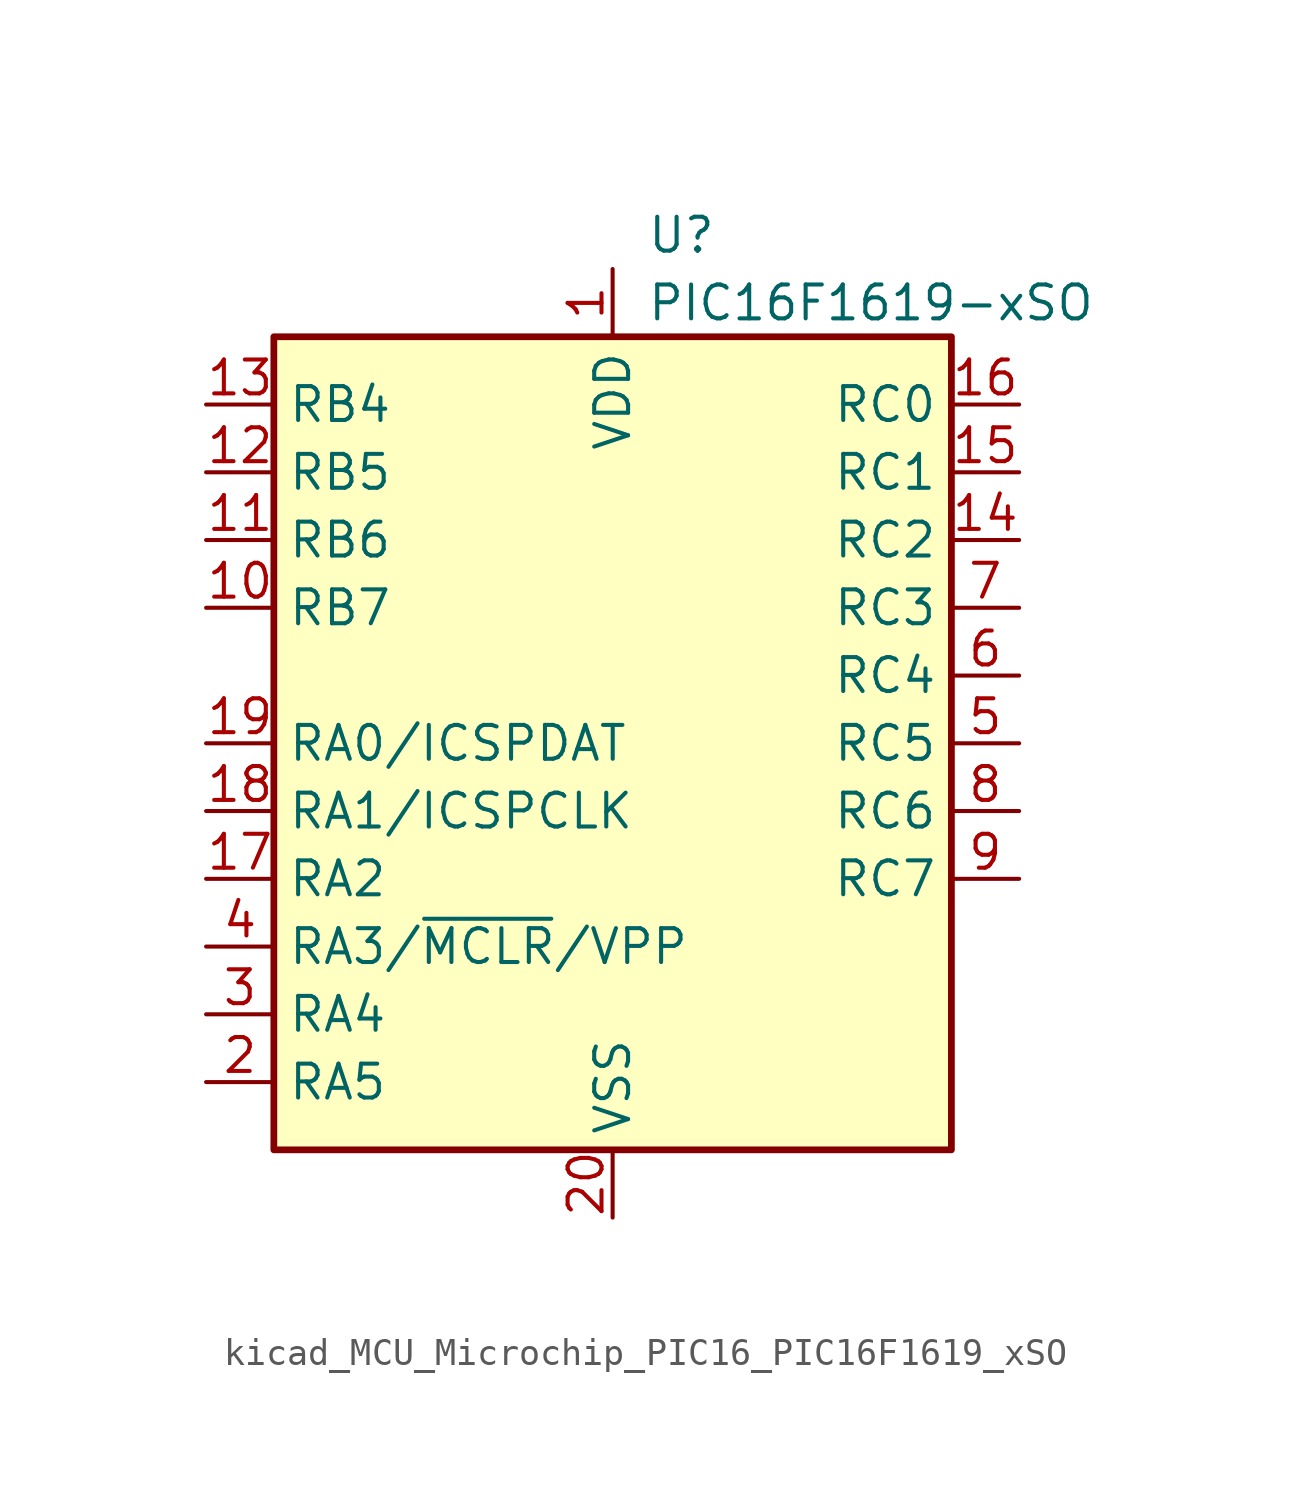
<source format=kicad_sym>
(kicad_symbol_lib
  (version 20220914)
  (generator kicad_symbol_editor)
  (symbol "kicad_MCU_Microchip_PIC16_PIC16F1619_xSO"
    (property "Reference" "U"
      (at 1.27 19.05 0)
      (effects (font (size 1.27 1.27)) (justify left)))
    (property "Value" "PIC16F1619-xSO"
      (at 1.27 16.51 0)
      (effects (font (size 1.27 1.27)) (justify left)))
    (symbol "kicad_MCU_Microchip_PIC16_PIC16F1619_xSO_0_1"
      (rectangle (start -12.7 15.24) (end 12.7 -15.24) (stroke (width 0.254) (type default)) (fill (type background))))
    (symbol "kicad_MCU_Microchip_PIC16_PIC16F1619_xSO_1_1"
      (pin power_in line (at 0 17.78 270) (length 2.54) (name "VDD" (effects (font (size 1.27 1.27)))) (number "1" (effects (font (size 1.27 1.27)))))
      (pin bidirectional line (at -15.24 5.08 0) (length 2.54) (name "RB7" (effects (font (size 1.27 1.27)))) (number "10" (effects (font (size 1.27 1.27)))))
      (pin bidirectional line (at -15.24 7.62 0) (length 2.54) (name "RB6" (effects (font (size 1.27 1.27)))) (number "11" (effects (font (size 1.27 1.27)))))
      (pin bidirectional line (at -15.24 10.16 0) (length 2.54) (name "RB5" (effects (font (size 1.27 1.27)))) (number "12" (effects (font (size 1.27 1.27)))))
      (pin bidirectional line (at -15.24 12.7 0) (length 2.54) (name "RB4" (effects (font (size 1.27 1.27)))) (number "13" (effects (font (size 1.27 1.27)))))
      (pin bidirectional line (at 15.24 7.62 180) (length 2.54) (name "RC2" (effects (font (size 1.27 1.27)))) (number "14" (effects (font (size 1.27 1.27)))))
      (pin bidirectional line (at 15.24 10.16 180) (length 2.54) (name "RC1" (effects (font (size 1.27 1.27)))) (number "15" (effects (font (size 1.27 1.27)))))
      (pin bidirectional line (at 15.24 12.7 180) (length 2.54) (name "RC0" (effects (font (size 1.27 1.27)))) (number "16" (effects (font (size 1.27 1.27)))))
      (pin bidirectional line (at -15.24 -5.08 0) (length 2.54) (name "RA2" (effects (font (size 1.27 1.27)))) (number "17" (effects (font (size 1.27 1.27)))))
      (pin bidirectional line (at -15.24 -2.54 0) (length 2.54) (name "RA1/ICSPCLK" (effects (font (size 1.27 1.27)))) (number "18" (effects (font (size 1.27 1.27)))))
      (pin bidirectional line (at -15.24 0 0) (length 2.54) (name "RA0/ICSPDAT" (effects (font (size 1.27 1.27)))) (number "19" (effects (font (size 1.27 1.27)))))
      (pin bidirectional line (at -15.24 -12.7 0) (length 2.54) (name "RA5" (effects (font (size 1.27 1.27)))) (number "2" (effects (font (size 1.27 1.27)))))
      (pin power_in line (at 0 -17.78 90) (length 2.54) (name "VSS" (effects (font (size 1.27 1.27)))) (number "20" (effects (font (size 1.27 1.27)))))
      (pin bidirectional line (at -15.24 -10.16 0) (length 2.54) (name "RA4" (effects (font (size 1.27 1.27)))) (number "3" (effects (font (size 1.27 1.27)))))
      (pin bidirectional line (at -15.24 -7.62 0) (length 2.54) (name "RA3/~{MCLR}/VPP" (effects (font (size 1.27 1.27)))) (number "4" (effects (font (size 1.27 1.27)))))
      (pin bidirectional line (at 15.24 0 180) (length 2.54) (name "RC5" (effects (font (size 1.27 1.27)))) (number "5" (effects (font (size 1.27 1.27)))))
      (pin bidirectional line (at 15.24 2.54 180) (length 2.54) (name "RC4" (effects (font (size 1.27 1.27)))) (number "6" (effects (font (size 1.27 1.27)))))
      (pin bidirectional line (at 15.24 5.08 180) (length 2.54) (name "RC3" (effects (font (size 1.27 1.27)))) (number "7" (effects (font (size 1.27 1.27)))))
      (pin bidirectional line (at 15.24 -2.54 180) (length 2.54) (name "RC6" (effects (font (size 1.27 1.27)))) (number "8" (effects (font (size 1.27 1.27)))))
      (pin bidirectional line (at 15.24 -5.08 180) (length 2.54) (name "RC7" (effects (font (size 1.27 1.27)))) (number "9" (effects (font (size 1.27 1.27))))))))
</source>
